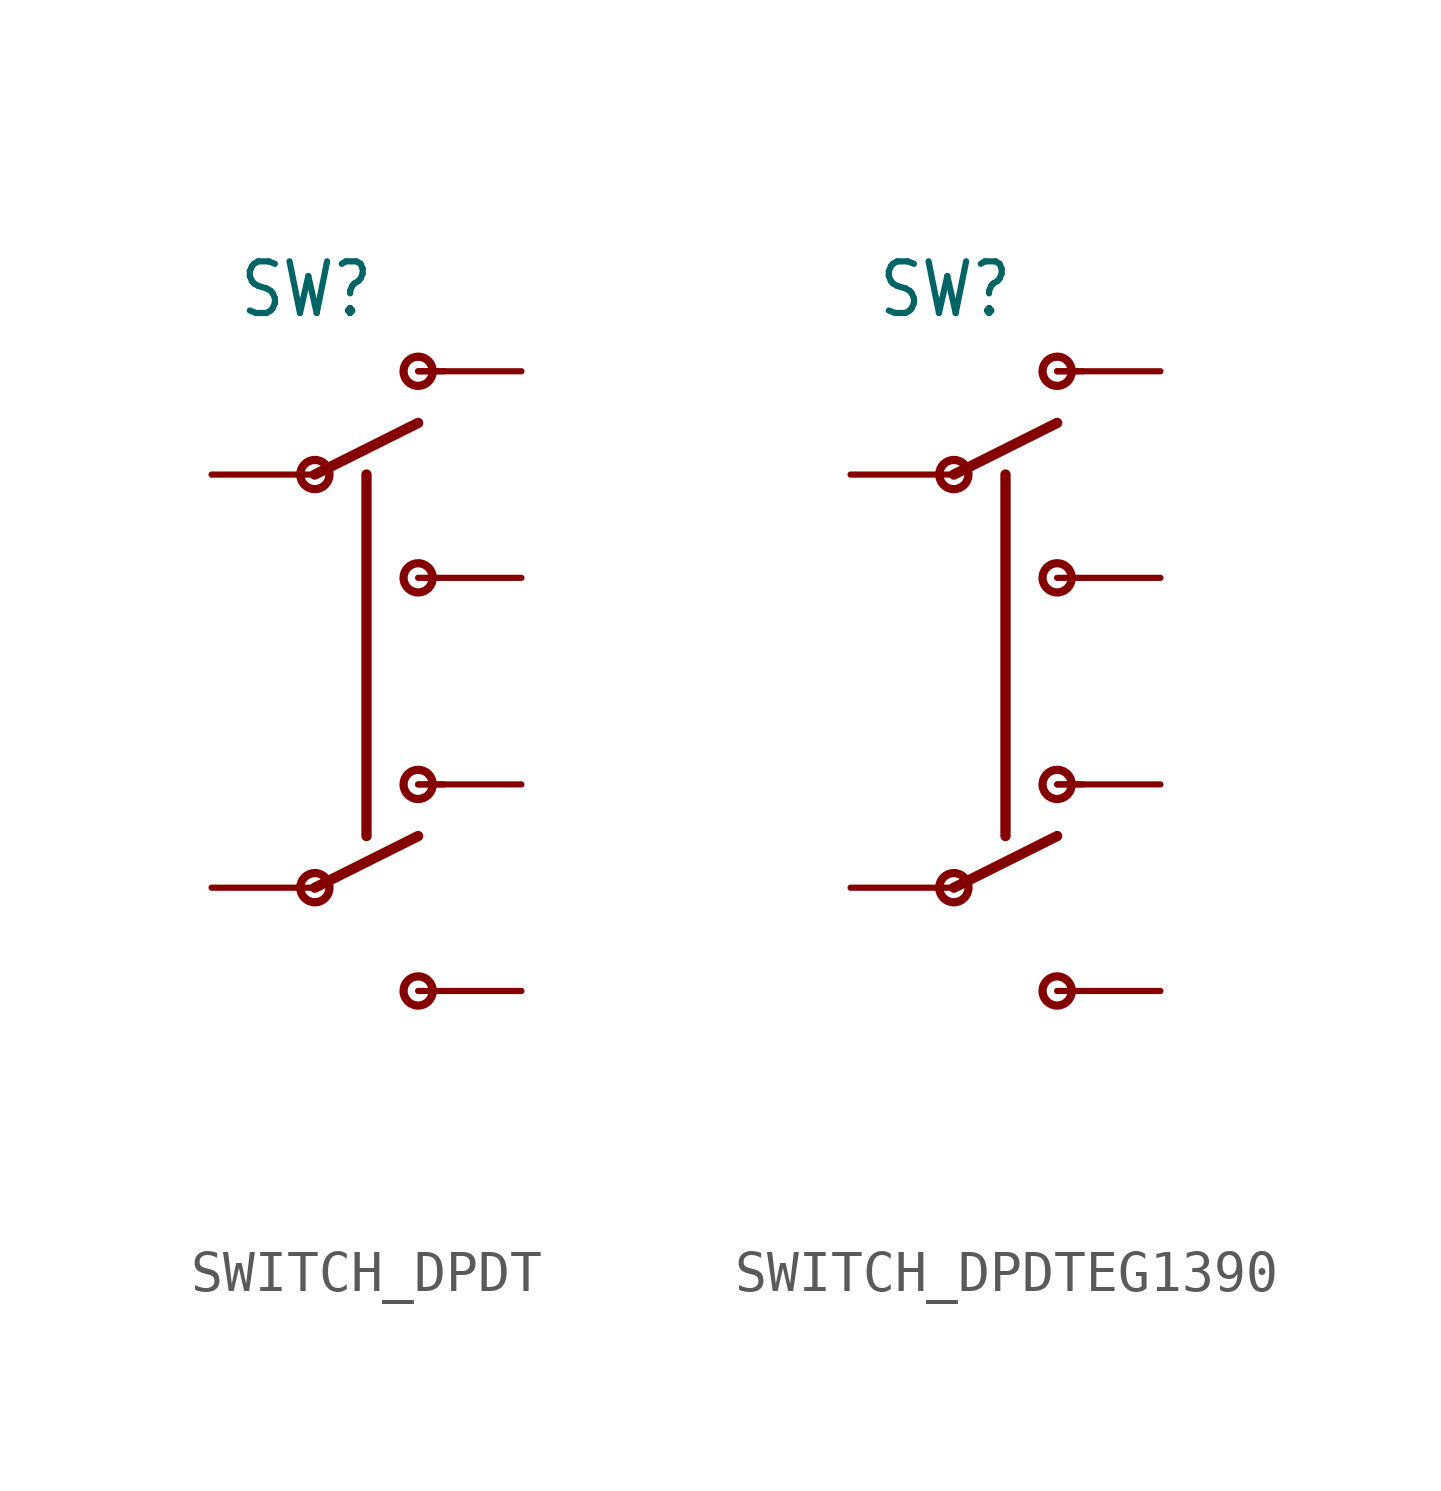
<source format=kicad_sym>
(kicad_symbol_lib
  (version 20241209)
  (generator "kicad_symbol_editor")
  (generator_version "9.0")
  (symbol "SWITCH_DPDT"
    (property "Reference" "SW"
      (at -4.445 8.89 0)
      (effects (font (size 1.27 1.079)) (justify left bottom)))
    (property "Value" ""
      (at -5.08 -11.43 0)
      (effects (font (size 1.27 1.079)) (justify left bottom)))
    (property "ki_locked" ""
      (at 0 0 0)
      (effects (font (size 1.27 1.27))))
    (symbol "SWITCH_DPDT_1_0"
      (circle (center -2.54 5.08) (radius 0.359) (stroke (width 0.203) (type solid)) (fill (type none)))
      (polyline (pts (xy -2.54 5.08) (xy 0 6.35)) (stroke (width 0.254) (type solid)) (fill (type none)))
      (circle (center -2.54 -5.08) (radius 0.359) (stroke (width 0.203) (type solid)) (fill (type none)))
      (polyline (pts (xy -2.54 -5.08) (xy 0 -3.81)) (stroke (width 0.254) (type solid)) (fill (type none)))
      (polyline (pts (xy -1.27 5.08) (xy -1.27 -3.81)) (stroke (width 0.254) (type solid)) (fill (type none)))
      (circle (center 0 7.62) (radius 0.359) (stroke (width 0.203) (type solid)) (fill (type none)))
      (polyline (pts (xy 0 7.62) (xy 0.635 7.62)) (stroke (width 0.152) (type solid)) (fill (type none)))
      (circle (center 0 2.54) (radius 0.359) (stroke (width 0.203) (type solid)) (fill (type none)))
      (polyline (pts (xy 0 2.54) (xy 0.635 2.54)) (stroke (width 0.127) (type solid)) (fill (type none)))
      (polyline (pts (xy 0 -2.54) (xy 0.635 -2.54)) (stroke (width 0.152) (type solid)) (fill (type none)))
      (circle (center 0 -2.54) (radius 0.359) (stroke (width 0.203) (type solid)) (fill (type none)))
      (polyline (pts (xy 0 -7.62) (xy 0.635 -7.62)) (stroke (width 0.127) (type solid)) (fill (type none)))
      (circle (center 0 -7.62) (radius 0.359) (stroke (width 0.203) (type solid)) (fill (type none)))
      (pin passive line (at -5.08 5.08 0) (length 2.54) (name "P1" (effects (font (size 0 0)))) (number "P$2" (effects (font (size 0 0)))))
      (pin passive line (at -5.08 -5.08 0) (length 2.54) (name "P2" (effects (font (size 0 0)))) (number "P$5" (effects (font (size 0 0)))))
      (pin passive line (at 2.54 7.62 180) (length 2.54) (name "O1" (effects (font (size 0 0)))) (number "P$1" (effects (font (size 0 0)))))
      (pin passive line (at 2.54 2.54 180) (length 2.54) (name "S1" (effects (font (size 0 0)))) (number "P$3" (effects (font (size 0 0)))))
      (pin passive line (at 2.54 -2.54 180) (length 2.54) (name "O2" (effects (font (size 0 0)))) (number "P$6" (effects (font (size 0 0)))))
      (pin passive line (at 2.54 -7.62 180) (length 2.54) (name "S2" (effects (font (size 0 0)))) (number "P$4" (effects (font (size 0 0)))))))
  (symbol "SWITCH_DPDTEG1390"
    (property "Reference" "SW"
      (at -4.445 8.89 0)
      (effects (font (size 1.27 1.079)) (justify left bottom)))
    (property "Value" ""
      (at -5.08 -11.43 0)
      (effects (font (size 1.27 1.079)) (justify left bottom)))
    (property "ki_locked" ""
      (at 0 0 0)
      (effects (font (size 1.27 1.27))))
    (symbol "SWITCH_DPDTEG1390_1_0"
      (circle (center -2.54 5.08) (radius 0.359) (stroke (width 0.203) (type solid)) (fill (type none)))
      (polyline (pts (xy -2.54 5.08) (xy 0 6.35)) (stroke (width 0.254) (type solid)) (fill (type none)))
      (circle (center -2.54 -5.08) (radius 0.359) (stroke (width 0.203) (type solid)) (fill (type none)))
      (polyline (pts (xy -2.54 -5.08) (xy 0 -3.81)) (stroke (width 0.254) (type solid)) (fill (type none)))
      (polyline (pts (xy -1.27 5.08) (xy -1.27 -3.81)) (stroke (width 0.254) (type solid)) (fill (type none)))
      (circle (center 0 7.62) (radius 0.359) (stroke (width 0.203) (type solid)) (fill (type none)))
      (polyline (pts (xy 0 7.62) (xy 0.635 7.62)) (stroke (width 0.152) (type solid)) (fill (type none)))
      (circle (center 0 2.54) (radius 0.359) (stroke (width 0.203) (type solid)) (fill (type none)))
      (polyline (pts (xy 0 2.54) (xy 0.635 2.54)) (stroke (width 0.127) (type solid)) (fill (type none)))
      (polyline (pts (xy 0 -2.54) (xy 0.635 -2.54)) (stroke (width 0.152) (type solid)) (fill (type none)))
      (circle (center 0 -2.54) (radius 0.359) (stroke (width 0.203) (type solid)) (fill (type none)))
      (polyline (pts (xy 0 -7.62) (xy 0.635 -7.62)) (stroke (width 0.127) (type solid)) (fill (type none)))
      (circle (center 0 -7.62) (radius 0.359) (stroke (width 0.203) (type solid)) (fill (type none)))
      (pin passive line (at -5.08 5.08 0) (length 2.54) (name "P1" (effects (font (size 0 0)))) (number "P1" (effects (font (size 0 0)))))
      (pin passive line (at -5.08 -5.08 0) (length 2.54) (name "P2" (effects (font (size 0 0)))) (number "P2" (effects (font (size 0 0)))))
      (pin passive line (at 2.54 7.62 180) (length 2.54) (name "O1" (effects (font (size 0 0)))) (number "O1" (effects (font (size 0 0)))))
      (pin passive line (at 2.54 2.54 180) (length 2.54) (name "S1" (effects (font (size 0 0)))) (number "S1" (effects (font (size 0 0)))))
      (pin passive line (at 2.54 -2.54 180) (length 2.54) (name "O2" (effects (font (size 0 0)))) (number "O2" (effects (font (size 0 0)))))
      (pin passive line (at 2.54 -7.62 180) (length 2.54) (name "S2" (effects (font (size 0 0)))) (number "S2" (effects (font (size 0 0))))))))
</source>
